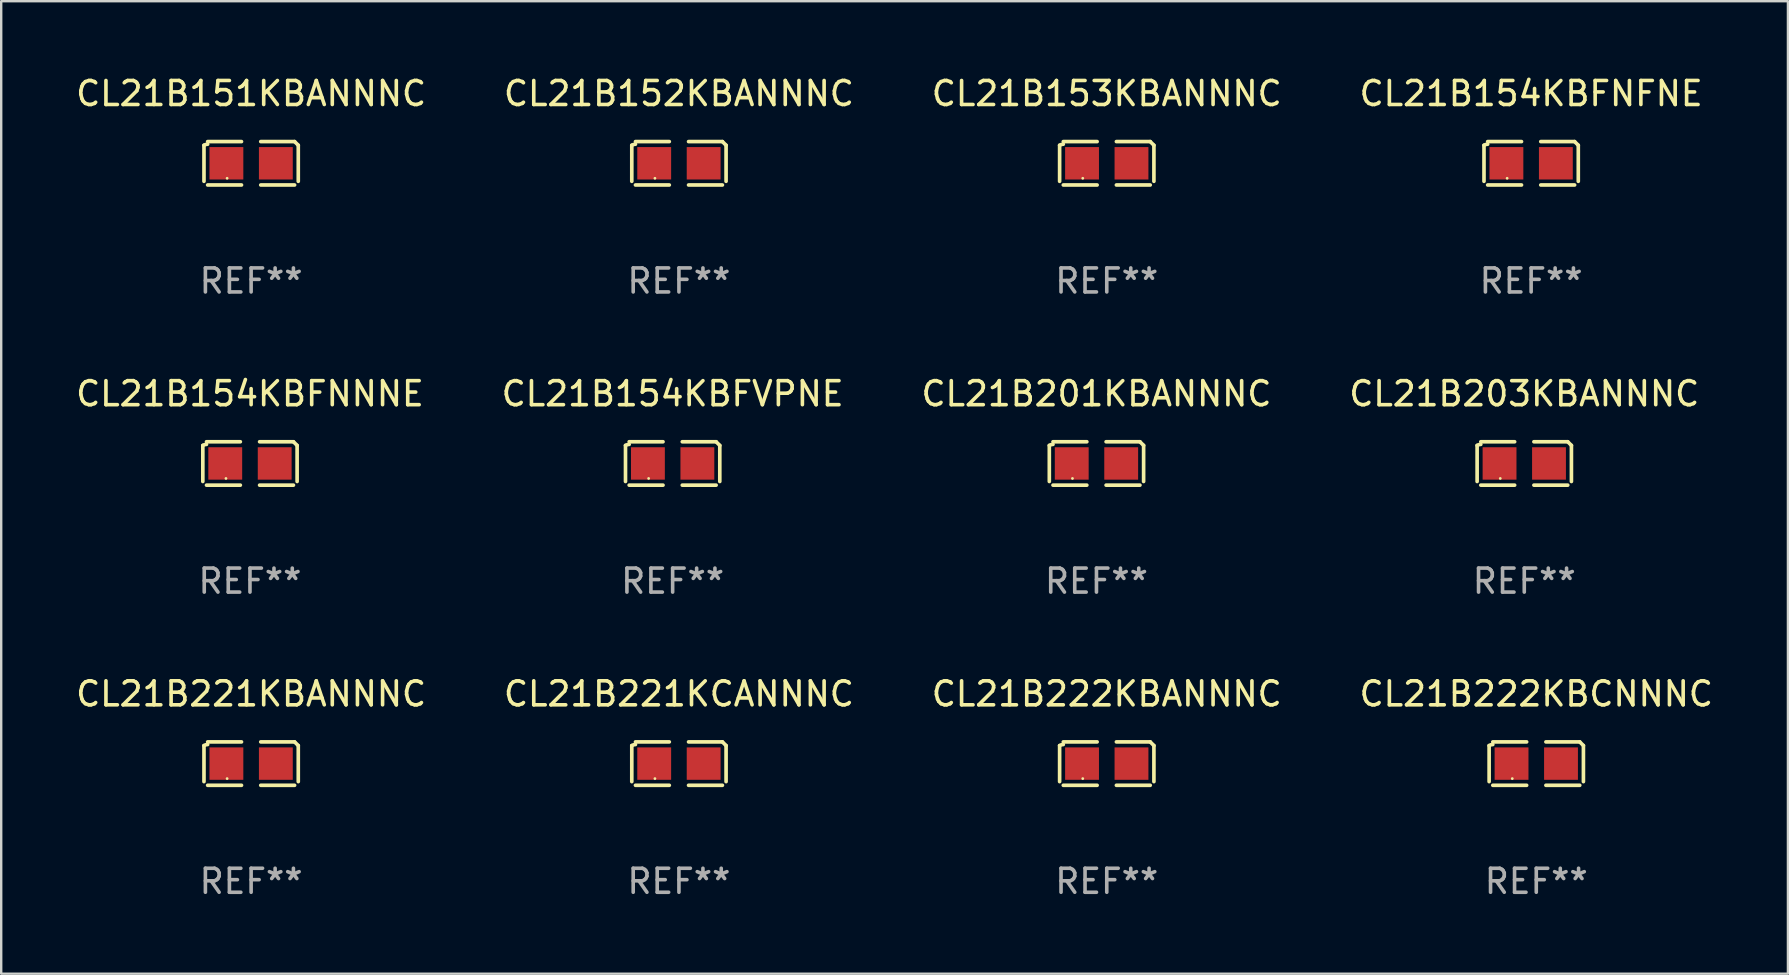
<source format=kicad_pcb>
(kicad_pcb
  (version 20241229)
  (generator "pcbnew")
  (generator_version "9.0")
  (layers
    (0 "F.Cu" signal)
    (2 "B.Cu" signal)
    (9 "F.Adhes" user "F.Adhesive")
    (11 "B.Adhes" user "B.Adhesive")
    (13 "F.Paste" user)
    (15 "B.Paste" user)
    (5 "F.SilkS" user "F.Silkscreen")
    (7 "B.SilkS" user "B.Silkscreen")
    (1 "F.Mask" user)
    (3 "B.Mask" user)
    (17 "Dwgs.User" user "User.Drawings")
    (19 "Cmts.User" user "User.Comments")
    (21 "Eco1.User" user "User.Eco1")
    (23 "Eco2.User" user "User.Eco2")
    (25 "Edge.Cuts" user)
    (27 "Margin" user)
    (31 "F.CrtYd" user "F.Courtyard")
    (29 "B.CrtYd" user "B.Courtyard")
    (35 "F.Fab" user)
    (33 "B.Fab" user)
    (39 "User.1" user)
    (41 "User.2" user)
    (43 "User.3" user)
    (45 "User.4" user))
  (footprint "CL21B222KBCNNNC"
    (layer "F.Cu")
    (at 60.946 28.759)
    (property "Reference" "CL21B222KBCNNNC" (at 0 -2.904 0) (layer "F.SilkS") (effects (font (size 1 1) (thickness 0.15))))
    (attr through_hole)
    (fp_line (start -1.964 0.751) (end -1.964 -0.751) (stroke (width 0.152) (type solid)) (layer "F.SilkS"))
    (fp_line (start -1.811 -0.904) (end -0.401 -0.904) (stroke (width 0.152) (type solid)) (layer "F.SilkS"))
    (fp_line (start -0.401 0.904) (end -1.811 0.904) (stroke (width 0.152) (type solid)) (layer "F.SilkS"))
    (fp_line (start 0.401 0.904) (end 1.811 0.904) (stroke (width 0.152) (type solid)) (layer "F.SilkS"))
    (fp_line (start 1.811 -0.904) (end 0.401 -0.904) (stroke (width 0.152) (type solid)) (layer "F.SilkS"))
    (fp_line (start 1.964 0.751) (end 1.964 -0.751) (stroke (width 0.152) (type solid)) (layer "F.SilkS"))
    (fp_arc (start -1.963602 -0.751207) (mid -1.890354 -0.783131) (end -1.811201 -0.794044) (stroke (width 0.1524) (type solid)) (layer "F.SilkS"))
    (fp_arc (start 1.811202 -0.903607) (mid 1.887413 -0.827418) (end 1.963602 -0.751207) (stroke (width 0.1524) (type solid)) (layer "F.SilkS"))
    (fp_circle (center -1 0.625) (end -0.97 0.625) (stroke (width 0.06) (type solid)) (fill no) (layer "F.SilkS"))
    (fp_text user "REF**" (at 0 4.904 0) (layer "F.Fab") (effects (font (size 1 1) (thickness 0.15))))
    (pad "1" smd rect (at -1.03 0) (size 1.41 1.35) (layers "F.Cu" "F.Mask" "F.Paste"))
    (pad "2" smd rect (at 1.03 0) (size 1.41 1.35) (layers "F.Cu" "F.Mask" "F.Paste")))
  (footprint "CL21B201KBANNNC"
    (layer "F.Cu")
    (at 42.625 16.256)
    (property "Reference" "CL21B201KBANNNC" (at 0 -2.904 0) (layer "F.SilkS") (effects (font (size 1 1) (thickness 0.15))))
    (attr through_hole)
    (fp_line (start -1.964 0.751) (end -1.964 -0.751) (stroke (width 0.152) (type solid)) (layer "F.SilkS"))
    (fp_line (start -1.811 -0.904) (end -0.401 -0.904) (stroke (width 0.152) (type solid)) (layer "F.SilkS"))
    (fp_line (start -0.401 0.904) (end -1.811 0.904) (stroke (width 0.152) (type solid)) (layer "F.SilkS"))
    (fp_line (start 0.401 0.904) (end 1.811 0.904) (stroke (width 0.152) (type solid)) (layer "F.SilkS"))
    (fp_line (start 1.811 -0.904) (end 0.401 -0.904) (stroke (width 0.152) (type solid)) (layer "F.SilkS"))
    (fp_line (start 1.964 0.751) (end 1.964 -0.751) (stroke (width 0.152) (type solid)) (layer "F.SilkS"))
    (fp_arc (start -1.963602 -0.751207) (mid -1.890354 -0.783131) (end -1.811201 -0.794044) (stroke (width 0.1524) (type solid)) (layer "F.SilkS"))
    (fp_arc (start 1.811202 -0.903607) (mid 1.887413 -0.827418) (end 1.963602 -0.751207) (stroke (width 0.1524) (type solid)) (layer "F.SilkS"))
    (fp_circle (center -1 0.625) (end -0.97 0.625) (stroke (width 0.06) (type solid)) (fill no) (layer "F.SilkS"))
    (fp_text user "REF**" (at 0 4.904 0) (layer "F.Fab") (effects (font (size 1 1) (thickness 0.15))))
    (pad "1" smd rect (at -1.03 0) (size 1.41 1.35) (layers "F.Cu" "F.Mask" "F.Paste"))
    (pad "2" smd rect (at 1.03 0) (size 1.41 1.35) (layers "F.Cu" "F.Mask" "F.Paste")))
  (footprint "CL21B153KBANNNC"
    (layer "F.Cu")
    (at 43.054 3.752)
    (property "Reference" "CL21B153KBANNNC" (at 0 -2.904 0) (layer "F.SilkS") (effects (font (size 1 1) (thickness 0.15))))
    (attr through_hole)
    (fp_line (start -1.964 0.751) (end -1.964 -0.751) (stroke (width 0.152) (type solid)) (layer "F.SilkS"))
    (fp_line (start -1.811 -0.904) (end -0.401 -0.904) (stroke (width 0.152) (type solid)) (layer "F.SilkS"))
    (fp_line (start -0.401 0.904) (end -1.811 0.904) (stroke (width 0.152) (type solid)) (layer "F.SilkS"))
    (fp_line (start 0.401 0.904) (end 1.811 0.904) (stroke (width 0.152) (type solid)) (layer "F.SilkS"))
    (fp_line (start 1.811 -0.904) (end 0.401 -0.904) (stroke (width 0.152) (type solid)) (layer "F.SilkS"))
    (fp_line (start 1.964 0.751) (end 1.964 -0.751) (stroke (width 0.152) (type solid)) (layer "F.SilkS"))
    (fp_arc (start -1.963602 -0.751207) (mid -1.890354 -0.783131) (end -1.811201 -0.794044) (stroke (width 0.1524) (type solid)) (layer "F.SilkS"))
    (fp_arc (start 1.811202 -0.903607) (mid 1.887413 -0.827418) (end 1.963602 -0.751207) (stroke (width 0.1524) (type solid)) (layer "F.SilkS"))
    (fp_circle (center -1 0.625) (end -0.97 0.625) (stroke (width 0.06) (type solid)) (fill no) (layer "F.SilkS"))
    (fp_text user "REF**" (at 0 4.904 0) (layer "F.Fab") (effects (font (size 1 1) (thickness 0.15))))
    (pad "1" smd rect (at -1.03 0) (size 1.41 1.35) (layers "F.Cu" "F.Mask" "F.Paste"))
    (pad "2" smd rect (at 1.03 0) (size 1.41 1.35) (layers "F.Cu" "F.Mask" "F.Paste")))
  (footprint "CL21B154KBFVPNE"
    (layer "F.Cu")
    (at 24.97 16.256)
    (property "Reference" "CL21B154KBFVPNE" (at 0 -2.904 0) (layer "F.SilkS") (effects (font (size 1 1) (thickness 0.15))))
    (attr through_hole)
    (fp_line (start -1.964 0.751) (end -1.964 -0.751) (stroke (width 0.152) (type solid)) (layer "F.SilkS"))
    (fp_line (start -1.811 -0.904) (end -0.401 -0.904) (stroke (width 0.152) (type solid)) (layer "F.SilkS"))
    (fp_line (start -0.401 0.904) (end -1.811 0.904) (stroke (width 0.152) (type solid)) (layer "F.SilkS"))
    (fp_line (start 0.401 0.904) (end 1.811 0.904) (stroke (width 0.152) (type solid)) (layer "F.SilkS"))
    (fp_line (start 1.811 -0.904) (end 0.401 -0.904) (stroke (width 0.152) (type solid)) (layer "F.SilkS"))
    (fp_line (start 1.964 0.751) (end 1.964 -0.751) (stroke (width 0.152) (type solid)) (layer "F.SilkS"))
    (fp_arc (start -1.963602 -0.751207) (mid -1.890354 -0.783131) (end -1.811201 -0.794044) (stroke (width 0.1524) (type solid)) (layer "F.SilkS"))
    (fp_arc (start 1.811202 -0.903607) (mid 1.887413 -0.827418) (end 1.963602 -0.751207) (stroke (width 0.1524) (type solid)) (layer "F.SilkS"))
    (fp_circle (center -1 0.625) (end -0.97 0.625) (stroke (width 0.06) (type solid)) (fill no) (layer "F.SilkS"))
    (fp_text user "REF**" (at 0 4.904 0) (layer "F.Fab") (effects (font (size 1 1) (thickness 0.15))))
    (pad "1" smd rect (at -1.03 0) (size 1.41 1.35) (layers "F.Cu" "F.Mask" "F.Paste"))
    (pad "2" smd rect (at 1.03 0) (size 1.41 1.35) (layers "F.Cu" "F.Mask" "F.Paste")))
  (footprint "CL21B151KBANNNC"
    (layer "F.Cu")
    (at 7.411 3.752)
    (property "Reference" "CL21B151KBANNNC" (at 0 -2.904 0) (layer "F.SilkS") (effects (font (size 1 1) (thickness 0.15))))
    (attr through_hole)
    (fp_line (start -1.964 0.751) (end -1.964 -0.751) (stroke (width 0.152) (type solid)) (layer "F.SilkS"))
    (fp_line (start -1.811 -0.904) (end -0.401 -0.904) (stroke (width 0.152) (type solid)) (layer "F.SilkS"))
    (fp_line (start -0.401 0.904) (end -1.811 0.904) (stroke (width 0.152) (type solid)) (layer "F.SilkS"))
    (fp_line (start 0.401 0.904) (end 1.811 0.904) (stroke (width 0.152) (type solid)) (layer "F.SilkS"))
    (fp_line (start 1.811 -0.904) (end 0.401 -0.904) (stroke (width 0.152) (type solid)) (layer "F.SilkS"))
    (fp_line (start 1.964 0.751) (end 1.964 -0.751) (stroke (width 0.152) (type solid)) (layer "F.SilkS"))
    (fp_arc (start -1.963602 -0.751207) (mid -1.890354 -0.783131) (end -1.811201 -0.794044) (stroke (width 0.1524) (type solid)) (layer "F.SilkS"))
    (fp_arc (start 1.811202 -0.903607) (mid 1.887413 -0.827418) (end 1.963602 -0.751207) (stroke (width 0.1524) (type solid)) (layer "F.SilkS"))
    (fp_circle (center -1 0.625) (end -0.97 0.625) (stroke (width 0.06) (type solid)) (fill no) (layer "F.SilkS"))
    (fp_text user "REF**" (at 0 4.904 0) (layer "F.Fab") (effects (font (size 1 1) (thickness 0.15))))
    (pad "1" smd rect (at -1.03 0) (size 1.41 1.35) (layers "F.Cu" "F.Mask" "F.Paste"))
    (pad "2" smd rect (at 1.03 0) (size 1.41 1.35) (layers "F.Cu" "F.Mask" "F.Paste")))
  (footprint "CL21B152KBANNNC"
    (layer "F.Cu")
    (at 25.232 3.752)
    (property "Reference" "CL21B152KBANNNC" (at 0 -2.904 0) (layer "F.SilkS") (effects (font (size 1 1) (thickness 0.15))))
    (attr through_hole)
    (fp_line (start -1.964 0.751) (end -1.964 -0.751) (stroke (width 0.152) (type solid)) (layer "F.SilkS"))
    (fp_line (start -1.811 -0.904) (end -0.401 -0.904) (stroke (width 0.152) (type solid)) (layer "F.SilkS"))
    (fp_line (start -0.401 0.904) (end -1.811 0.904) (stroke (width 0.152) (type solid)) (layer "F.SilkS"))
    (fp_line (start 0.401 0.904) (end 1.811 0.904) (stroke (width 0.152) (type solid)) (layer "F.SilkS"))
    (fp_line (start 1.811 -0.904) (end 0.401 -0.904) (stroke (width 0.152) (type solid)) (layer "F.SilkS"))
    (fp_line (start 1.964 0.751) (end 1.964 -0.751) (stroke (width 0.152) (type solid)) (layer "F.SilkS"))
    (fp_arc (start -1.963602 -0.751207) (mid -1.890354 -0.783131) (end -1.811201 -0.794044) (stroke (width 0.1524) (type solid)) (layer "F.SilkS"))
    (fp_arc (start 1.811202 -0.903607) (mid 1.887413 -0.827418) (end 1.963602 -0.751207) (stroke (width 0.1524) (type solid)) (layer "F.SilkS"))
    (fp_circle (center -1 0.625) (end -0.97 0.625) (stroke (width 0.06) (type solid)) (fill no) (layer "F.SilkS"))
    (fp_text user "REF**" (at 0 4.904 0) (layer "F.Fab") (effects (font (size 1 1) (thickness 0.15))))
    (pad "1" smd rect (at -1.03 0) (size 1.41 1.35) (layers "F.Cu" "F.Mask" "F.Paste"))
    (pad "2" smd rect (at 1.03 0) (size 1.41 1.35) (layers "F.Cu" "F.Mask" "F.Paste")))
  (footprint "CL21B154KBFNNNE"
    (layer "F.Cu")
    (at 7.363 16.256)
    (property "Reference" "CL21B154KBFNNNE" (at 0 -2.904 0) (layer "F.SilkS") (effects (font (size 1 1) (thickness 0.15))))
    (attr through_hole)
    (fp_line (start -1.964 0.751) (end -1.964 -0.751) (stroke (width 0.152) (type solid)) (layer "F.SilkS"))
    (fp_line (start -1.811 -0.904) (end -0.401 -0.904) (stroke (width 0.152) (type solid)) (layer "F.SilkS"))
    (fp_line (start -0.401 0.904) (end -1.811 0.904) (stroke (width 0.152) (type solid)) (layer "F.SilkS"))
    (fp_line (start 0.401 0.904) (end 1.811 0.904) (stroke (width 0.152) (type solid)) (layer "F.SilkS"))
    (fp_line (start 1.811 -0.904) (end 0.401 -0.904) (stroke (width 0.152) (type solid)) (layer "F.SilkS"))
    (fp_line (start 1.964 0.751) (end 1.964 -0.751) (stroke (width 0.152) (type solid)) (layer "F.SilkS"))
    (fp_arc (start -1.963602 -0.751207) (mid -1.890354 -0.783131) (end -1.811201 -0.794044) (stroke (width 0.1524) (type solid)) (layer "F.SilkS"))
    (fp_arc (start 1.811202 -0.903607) (mid 1.887413 -0.827418) (end 1.963602 -0.751207) (stroke (width 0.1524) (type solid)) (layer "F.SilkS"))
    (fp_circle (center -1 0.625) (end -0.97 0.625) (stroke (width 0.06) (type solid)) (fill no) (layer "F.SilkS"))
    (fp_text user "REF**" (at 0 4.904 0) (layer "F.Fab") (effects (font (size 1 1) (thickness 0.15))))
    (pad "1" smd rect (at -1.03 0) (size 1.41 1.35) (layers "F.Cu" "F.Mask" "F.Paste"))
    (pad "2" smd rect (at 1.03 0) (size 1.41 1.35) (layers "F.Cu" "F.Mask" "F.Paste")))
  (footprint "CL21B221KCANNNC"
    (layer "F.Cu")
    (at 25.232 28.759)
    (property "Reference" "CL21B221KCANNNC" (at 0 -2.904 0) (layer "F.SilkS") (effects (font (size 1 1) (thickness 0.15))))
    (attr through_hole)
    (fp_line (start -1.964 0.751) (end -1.964 -0.751) (stroke (width 0.152) (type solid)) (layer "F.SilkS"))
    (fp_line (start -1.811 -0.904) (end -0.401 -0.904) (stroke (width 0.152) (type solid)) (layer "F.SilkS"))
    (fp_line (start -0.401 0.904) (end -1.811 0.904) (stroke (width 0.152) (type solid)) (layer "F.SilkS"))
    (fp_line (start 0.401 0.904) (end 1.811 0.904) (stroke (width 0.152) (type solid)) (layer "F.SilkS"))
    (fp_line (start 1.811 -0.904) (end 0.401 -0.904) (stroke (width 0.152) (type solid)) (layer "F.SilkS"))
    (fp_line (start 1.964 0.751) (end 1.964 -0.751) (stroke (width 0.152) (type solid)) (layer "F.SilkS"))
    (fp_arc (start -1.963602 -0.751207) (mid -1.890354 -0.783131) (end -1.811201 -0.794044) (stroke (width 0.1524) (type solid)) (layer "F.SilkS"))
    (fp_arc (start 1.811202 -0.903607) (mid 1.887413 -0.827418) (end 1.963602 -0.751207) (stroke (width 0.1524) (type solid)) (layer "F.SilkS"))
    (fp_circle (center -1 0.625) (end -0.97 0.625) (stroke (width 0.06) (type solid)) (fill no) (layer "F.SilkS"))
    (fp_text user "REF**" (at 0 4.904 0) (layer "F.Fab") (effects (font (size 1 1) (thickness 0.15))))
    (pad "1" smd rect (at -1.03 0) (size 1.41 1.35) (layers "F.Cu" "F.Mask" "F.Paste"))
    (pad "2" smd rect (at 1.03 0) (size 1.41 1.35) (layers "F.Cu" "F.Mask" "F.Paste")))
  (footprint "CL21B222KBANNNC"
    (layer "F.Cu")
    (at 43.054 28.759)
    (property "Reference" "CL21B222KBANNNC" (at 0 -2.904 0) (layer "F.SilkS") (effects (font (size 1 1) (thickness 0.15))))
    (attr through_hole)
    (fp_line (start -1.964 0.751) (end -1.964 -0.751) (stroke (width 0.152) (type solid)) (layer "F.SilkS"))
    (fp_line (start -1.811 -0.904) (end -0.401 -0.904) (stroke (width 0.152) (type solid)) (layer "F.SilkS"))
    (fp_line (start -0.401 0.904) (end -1.811 0.904) (stroke (width 0.152) (type solid)) (layer "F.SilkS"))
    (fp_line (start 0.401 0.904) (end 1.811 0.904) (stroke (width 0.152) (type solid)) (layer "F.SilkS"))
    (fp_line (start 1.811 -0.904) (end 0.401 -0.904) (stroke (width 0.152) (type solid)) (layer "F.SilkS"))
    (fp_line (start 1.964 0.751) (end 1.964 -0.751) (stroke (width 0.152) (type solid)) (layer "F.SilkS"))
    (fp_arc (start -1.963602 -0.751207) (mid -1.890354 -0.783131) (end -1.811201 -0.794044) (stroke (width 0.1524) (type solid)) (layer "F.SilkS"))
    (fp_arc (start 1.811202 -0.903607) (mid 1.887413 -0.827418) (end 1.963602 -0.751207) (stroke (width 0.1524) (type solid)) (layer "F.SilkS"))
    (fp_circle (center -1 0.625) (end -0.97 0.625) (stroke (width 0.06) (type solid)) (fill no) (layer "F.SilkS"))
    (fp_text user "REF**" (at 0 4.904 0) (layer "F.Fab") (effects (font (size 1 1) (thickness 0.15))))
    (pad "1" smd rect (at -1.03 0) (size 1.41 1.35) (layers "F.Cu" "F.Mask" "F.Paste"))
    (pad "2" smd rect (at 1.03 0) (size 1.41 1.35) (layers "F.Cu" "F.Mask" "F.Paste")))
  (footprint "CL21B203KBANNNC"
    (layer "F.Cu")
    (at 60.446 16.256)
    (property "Reference" "CL21B203KBANNNC" (at 0 -2.904 0) (layer "F.SilkS") (effects (font (size 1 1) (thickness 0.15))))
    (attr through_hole)
    (fp_line (start -1.964 0.751) (end -1.964 -0.751) (stroke (width 0.152) (type solid)) (layer "F.SilkS"))
    (fp_line (start -1.811 -0.904) (end -0.401 -0.904) (stroke (width 0.152) (type solid)) (layer "F.SilkS"))
    (fp_line (start -0.401 0.904) (end -1.811 0.904) (stroke (width 0.152) (type solid)) (layer "F.SilkS"))
    (fp_line (start 0.401 0.904) (end 1.811 0.904) (stroke (width 0.152) (type solid)) (layer "F.SilkS"))
    (fp_line (start 1.811 -0.904) (end 0.401 -0.904) (stroke (width 0.152) (type solid)) (layer "F.SilkS"))
    (fp_line (start 1.964 0.751) (end 1.964 -0.751) (stroke (width 0.152) (type solid)) (layer "F.SilkS"))
    (fp_arc (start -1.963602 -0.751207) (mid -1.890354 -0.783131) (end -1.811201 -0.794044) (stroke (width 0.1524) (type solid)) (layer "F.SilkS"))
    (fp_arc (start 1.811202 -0.903607) (mid 1.887413 -0.827418) (end 1.963602 -0.751207) (stroke (width 0.1524) (type solid)) (layer "F.SilkS"))
    (fp_circle (center -1 0.625) (end -0.97 0.625) (stroke (width 0.06) (type solid)) (fill no) (layer "F.SilkS"))
    (fp_text user "REF**" (at 0 4.904 0) (layer "F.Fab") (effects (font (size 1 1) (thickness 0.15))))
    (pad "1" smd rect (at -1.03 0) (size 1.41 1.35) (layers "F.Cu" "F.Mask" "F.Paste"))
    (pad "2" smd rect (at 1.03 0) (size 1.41 1.35) (layers "F.Cu" "F.Mask" "F.Paste")))
  (footprint "CL21B154KBFNFNE"
    (layer "F.Cu")
    (at 60.732 3.752)
    (property "Reference" "CL21B154KBFNFNE" (at 0 -2.904 0) (layer "F.SilkS") (effects (font (size 1 1) (thickness 0.15))))
    (attr through_hole)
    (fp_line (start -1.964 0.751) (end -1.964 -0.751) (stroke (width 0.152) (type solid)) (layer "F.SilkS"))
    (fp_line (start -1.811 -0.904) (end -0.401 -0.904) (stroke (width 0.152) (type solid)) (layer "F.SilkS"))
    (fp_line (start -0.401 0.904) (end -1.811 0.904) (stroke (width 0.152) (type solid)) (layer "F.SilkS"))
    (fp_line (start 0.401 0.904) (end 1.811 0.904) (stroke (width 0.152) (type solid)) (layer "F.SilkS"))
    (fp_line (start 1.811 -0.904) (end 0.401 -0.904) (stroke (width 0.152) (type solid)) (layer "F.SilkS"))
    (fp_line (start 1.964 0.751) (end 1.964 -0.751) (stroke (width 0.152) (type solid)) (layer "F.SilkS"))
    (fp_arc (start -1.963602 -0.751207) (mid -1.890354 -0.783131) (end -1.811201 -0.794044) (stroke (width 0.1524) (type solid)) (layer "F.SilkS"))
    (fp_arc (start 1.811202 -0.903607) (mid 1.887413 -0.827418) (end 1.963602 -0.751207) (stroke (width 0.1524) (type solid)) (layer "F.SilkS"))
    (fp_circle (center -1 0.625) (end -0.97 0.625) (stroke (width 0.06) (type solid)) (fill no) (layer "F.SilkS"))
    (fp_text user "REF**" (at 0 4.904 0) (layer "F.Fab") (effects (font (size 1 1) (thickness 0.15))))
    (pad "1" smd rect (at -1.03 0) (size 1.41 1.35) (layers "F.Cu" "F.Mask" "F.Paste"))
    (pad "2" smd rect (at 1.03 0) (size 1.41 1.35) (layers "F.Cu" "F.Mask" "F.Paste")))
  (footprint "CL21B221KBANNNC"
    (layer "F.Cu")
    (at 7.411 28.759)
    (property "Reference" "CL21B221KBANNNC" (at 0 -2.904 0) (layer "F.SilkS") (effects (font (size 1 1) (thickness 0.15))))
    (attr through_hole)
    (fp_line (start -1.964 0.751) (end -1.964 -0.751) (stroke (width 0.152) (type solid)) (layer "F.SilkS"))
    (fp_line (start -1.811 -0.904) (end -0.401 -0.904) (stroke (width 0.152) (type solid)) (layer "F.SilkS"))
    (fp_line (start -0.401 0.904) (end -1.811 0.904) (stroke (width 0.152) (type solid)) (layer "F.SilkS"))
    (fp_line (start 0.401 0.904) (end 1.811 0.904) (stroke (width 0.152) (type solid)) (layer "F.SilkS"))
    (fp_line (start 1.811 -0.904) (end 0.401 -0.904) (stroke (width 0.152) (type solid)) (layer "F.SilkS"))
    (fp_line (start 1.964 0.751) (end 1.964 -0.751) (stroke (width 0.152) (type solid)) (layer "F.SilkS"))
    (fp_arc (start -1.963602 -0.751207) (mid -1.890354 -0.783131) (end -1.811201 -0.794044) (stroke (width 0.1524) (type solid)) (layer "F.SilkS"))
    (fp_arc (start 1.811202 -0.903607) (mid 1.887413 -0.827418) (end 1.963602 -0.751207) (stroke (width 0.1524) (type solid)) (layer "F.SilkS"))
    (fp_circle (center -1 0.625) (end -0.97 0.625) (stroke (width 0.06) (type solid)) (fill no) (layer "F.SilkS"))
    (fp_text user "REF**" (at 0 4.904 0) (layer "F.Fab") (effects (font (size 1 1) (thickness 0.15))))
    (pad "1" smd rect (at -1.03 0) (size 1.41 1.35) (layers "F.Cu" "F.Mask" "F.Paste"))
    (pad "2" smd rect (at 1.03 0) (size 1.41 1.35) (layers "F.Cu" "F.Mask" "F.Paste")))
  (gr_rect
    (start -3 -3)
    (end 71.429 37.511)
    (stroke (width 0.1) (type default))
    (fill no)
    (layer "Edge.Cuts")))
</source>
